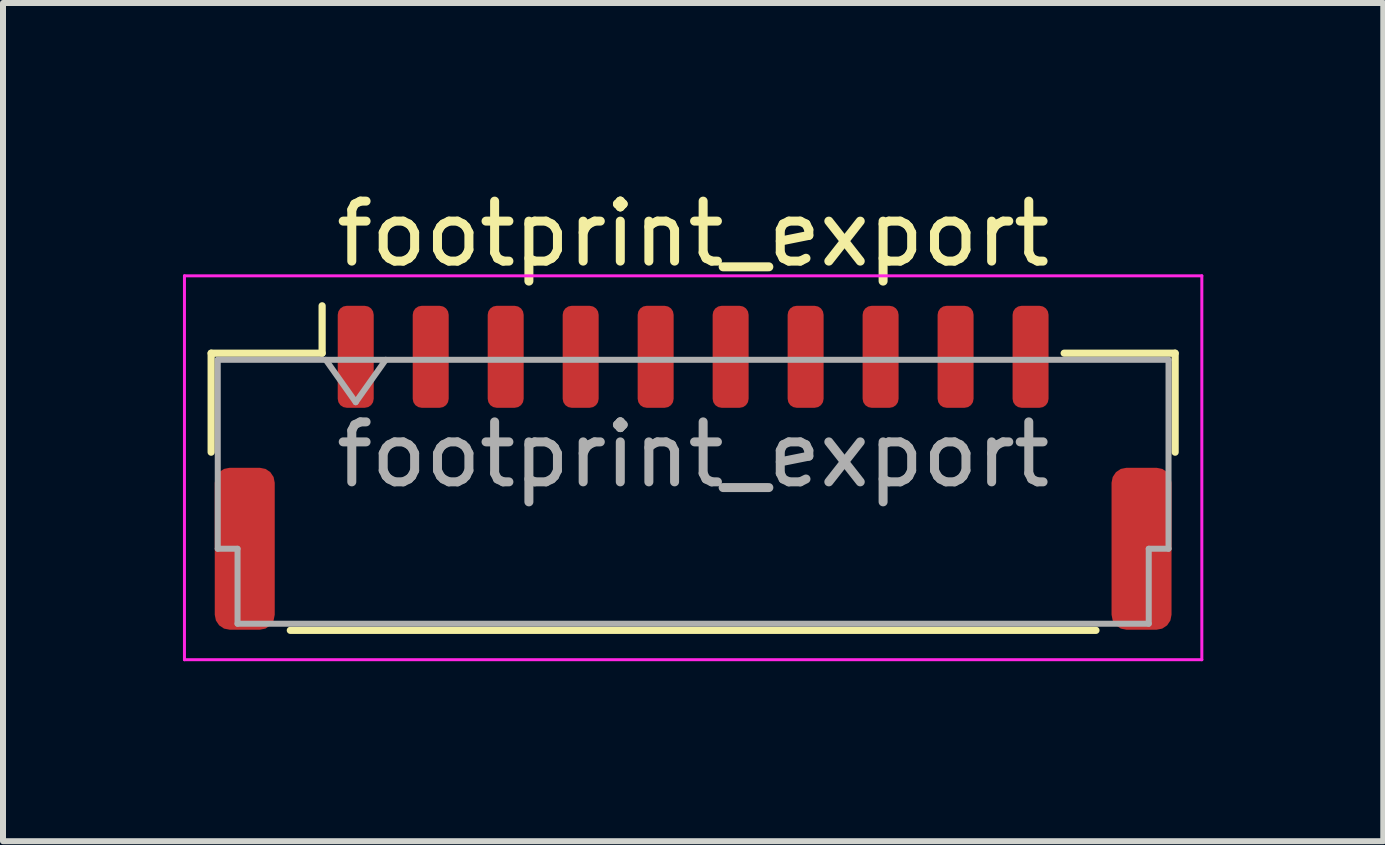
<source format=kicad_pcb>
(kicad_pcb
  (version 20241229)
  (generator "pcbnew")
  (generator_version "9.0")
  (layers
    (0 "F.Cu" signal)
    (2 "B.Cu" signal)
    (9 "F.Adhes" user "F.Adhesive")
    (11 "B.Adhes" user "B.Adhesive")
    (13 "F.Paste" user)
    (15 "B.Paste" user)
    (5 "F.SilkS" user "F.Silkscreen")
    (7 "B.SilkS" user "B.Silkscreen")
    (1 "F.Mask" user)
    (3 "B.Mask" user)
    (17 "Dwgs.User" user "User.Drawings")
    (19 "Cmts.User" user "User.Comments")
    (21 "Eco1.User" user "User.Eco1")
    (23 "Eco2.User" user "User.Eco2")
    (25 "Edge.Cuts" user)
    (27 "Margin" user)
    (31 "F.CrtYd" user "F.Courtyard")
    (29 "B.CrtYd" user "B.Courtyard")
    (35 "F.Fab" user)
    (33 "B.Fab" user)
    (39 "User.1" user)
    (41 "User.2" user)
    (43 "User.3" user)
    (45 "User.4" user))
  (footprint "footprint_export"
    (layer "F.Cu")
    (at 8.505 4.748)
    (property "Reference" "footprint_export" (at 0 -3.9 0) (layer "F.SilkS") (effects (font (size 1 1) (thickness 0.15))))
    (attr smd)
    (fp_line (start -8.035 -1.91) (end -6.185 -1.91) (stroke (width 0.12) (type solid)) (layer "F.SilkS"))
    (fp_line (start -8.035 -0.26) (end -8.035 -1.91) (stroke (width 0.12) (type solid)) (layer "F.SilkS"))
    (fp_line (start -6.715 2.71) (end 6.715 2.71) (stroke (width 0.12) (type solid)) (layer "F.SilkS"))
    (fp_line (start -6.185 -1.91) (end -6.185 -2.7) (stroke (width 0.12) (type solid)) (layer "F.SilkS"))
    (fp_line (start 8.035 -1.91) (end 6.185 -1.91) (stroke (width 0.12) (type solid)) (layer "F.SilkS"))
    (fp_line (start 8.035 -0.26) (end 8.035 -1.91) (stroke (width 0.12) (type solid)) (layer "F.SilkS"))
    (fp_line (start -8.48 -3.2) (end -8.48 3.2) (stroke (width 0.05) (type solid)) (layer "F.CrtYd"))
    (fp_line (start -8.48 3.2) (end 8.48 3.2) (stroke (width 0.05) (type solid)) (layer "F.CrtYd"))
    (fp_line (start 8.48 -3.2) (end -8.48 -3.2) (stroke (width 0.05) (type solid)) (layer "F.CrtYd"))
    (fp_line (start 8.48 3.2) (end 8.48 -3.2) (stroke (width 0.05) (type solid)) (layer "F.CrtYd"))
    (fp_line (start -7.925 -1.8) (end -7.925 1.35) (stroke (width 0.1) (type solid)) (layer "F.Fab"))
    (fp_line (start -7.925 -1.8) (end 7.925 -1.8) (stroke (width 0.1) (type solid)) (layer "F.Fab"))
    (fp_line (start -7.925 1.35) (end -7.595 1.35) (stroke (width 0.1) (type solid)) (layer "F.Fab"))
    (fp_line (start -7.595 1.35) (end -7.595 2.6) (stroke (width 0.1) (type solid)) (layer "F.Fab"))
    (fp_line (start -7.595 2.6) (end 7.595 2.6) (stroke (width 0.1) (type solid)) (layer "F.Fab"))
    (fp_line (start -6.125 -1.8) (end -5.625 -1.093) (stroke (width 0.1) (type solid)) (layer "F.Fab"))
    (fp_line (start -5.625 -1.093) (end -5.125 -1.8) (stroke (width 0.1) (type solid)) (layer "F.Fab"))
    (fp_line (start 7.595 1.35) (end 7.925 1.35) (stroke (width 0.1) (type solid)) (layer "F.Fab"))
    (fp_line (start 7.595 2.6) (end 7.595 1.35) (stroke (width 0.1) (type solid)) (layer "F.Fab"))
    (fp_line (start 7.925 -1.8) (end 7.925 1.35) (stroke (width 0.1) (type solid)) (layer "F.Fab"))
    (fp_text user "${REFERENCE}" (at 0 -0.22 0) (layer "F.Fab") (effects (font (size 1 1) (thickness 0.15))))
    (pad "1" smd roundrect (at -5.625 -1.85) (size 0.6 1.7) (layers "F.Cu" "F.Mask" "F.Paste") (roundrect_rratio 0.25))
    (pad "2" smd roundrect (at -4.375 -1.85) (size 0.6 1.7) (layers "F.Cu" "F.Mask" "F.Paste") (roundrect_rratio 0.25))
    (pad "3" smd roundrect (at -3.125 -1.85) (size 0.6 1.7) (layers "F.Cu" "F.Mask" "F.Paste") (roundrect_rratio 0.25))
    (pad "4" smd roundrect (at -1.875 -1.85) (size 0.6 1.7) (layers "F.Cu" "F.Mask" "F.Paste") (roundrect_rratio 0.25))
    (pad "5" smd roundrect (at -0.625 -1.85) (size 0.6 1.7) (layers "F.Cu" "F.Mask" "F.Paste") (roundrect_rratio 0.25))
    (pad "6" smd roundrect (at 0.625 -1.85) (size 0.6 1.7) (layers "F.Cu" "F.Mask" "F.Paste") (roundrect_rratio 0.25))
    (pad "7" smd roundrect (at 1.875 -1.85) (size 0.6 1.7) (layers "F.Cu" "F.Mask" "F.Paste") (roundrect_rratio 0.25))
    (pad "8" smd roundrect (at 3.125 -1.85) (size 0.6 1.7) (layers "F.Cu" "F.Mask" "F.Paste") (roundrect_rratio 0.25))
    (pad "9" smd roundrect (at 4.375 -1.85) (size 0.6 1.7) (layers "F.Cu" "F.Mask" "F.Paste") (roundrect_rratio 0.25))
    (pad "10" smd roundrect (at 5.625 -1.85) (size 0.6 1.7) (layers "F.Cu" "F.Mask" "F.Paste") (roundrect_rratio 0.25))
    (pad "MP" smd roundrect (at -7.475 1.35) (size 1 2.7) (layers "F.Cu" "F.Mask" "F.Paste") (roundrect_rratio 0.25))
    (pad "MP" smd roundrect (at 7.475 1.35) (size 1 2.7) (layers "F.Cu" "F.Mask" "F.Paste") (roundrect_rratio 0.25)))
  (gr_rect
    (start -3 -3)
    (end 20.01 10.973)
    (stroke (width 0.1) (type default))
    (fill no)
    (layer "Edge.Cuts")))
</source>
